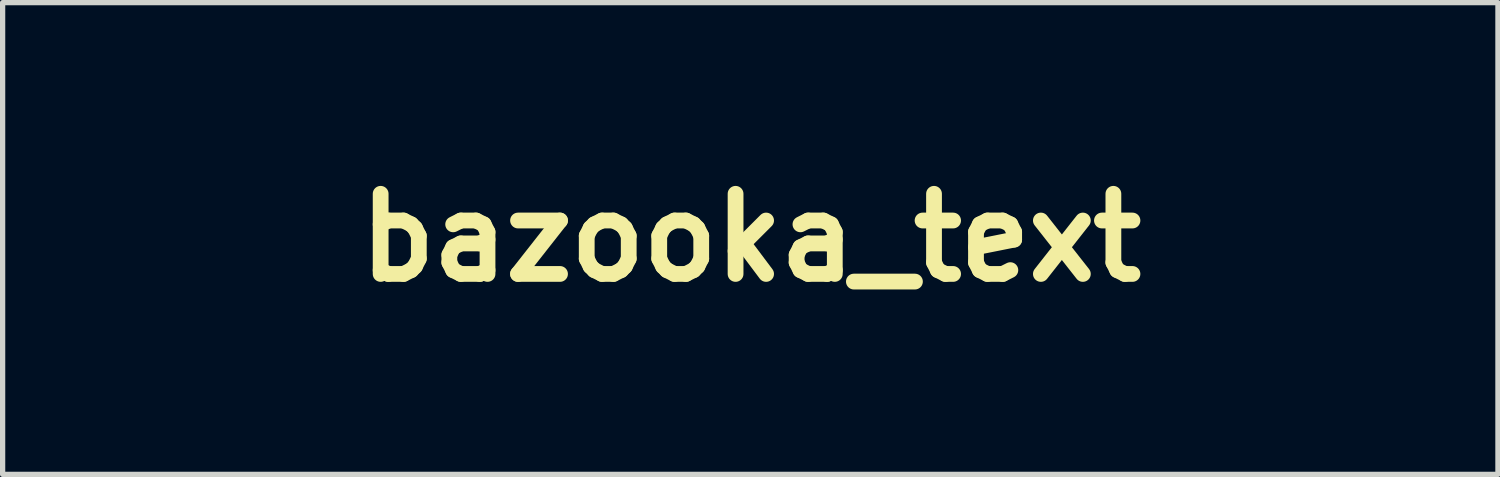
<source format=kicad_pcb>
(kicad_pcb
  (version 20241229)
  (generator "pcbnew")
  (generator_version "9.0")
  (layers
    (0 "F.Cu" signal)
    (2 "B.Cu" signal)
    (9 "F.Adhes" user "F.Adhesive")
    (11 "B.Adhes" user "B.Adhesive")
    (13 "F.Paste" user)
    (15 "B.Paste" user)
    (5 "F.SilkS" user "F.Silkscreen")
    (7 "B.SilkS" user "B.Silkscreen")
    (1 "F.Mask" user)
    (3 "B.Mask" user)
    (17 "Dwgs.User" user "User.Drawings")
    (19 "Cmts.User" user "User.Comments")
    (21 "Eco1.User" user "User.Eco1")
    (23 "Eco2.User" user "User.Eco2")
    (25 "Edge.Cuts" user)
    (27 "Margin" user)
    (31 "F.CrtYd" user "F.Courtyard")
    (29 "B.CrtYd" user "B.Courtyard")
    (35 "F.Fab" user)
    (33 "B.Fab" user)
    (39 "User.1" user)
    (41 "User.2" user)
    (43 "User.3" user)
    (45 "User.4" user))
  (footprint "bazooka_text"
    (layer "F.Cu")
    (at 11.228 1.47)
    (property "Reference" "bazooka_text" (at 0 0 0) (layer "F.SilkS") (effects (font (size 1.524 1.524) (thickness 0.3))))
    (attr through_hole)
    (fp_poly (pts (xy 2.719 -0.597) (xy 2.821 -0.586) (xy 3.198 -0.536) (xy 3.492 -0.477) (xy 3.638 -0.422) (xy 3.638 -0.422) (xy 3.692 -0.232) (xy 3.606 0.064) (xy 3.393 0.43) (xy 3.273 0.591) (xy 2.943 1.005) (xy 3.429 1.038) (xy 3.765 1.086) (xy 3.915 1.162) (xy 3.898 1.253) (xy 3.737 1.345) (xy 3.451 1.422) (xy 3.061 1.471) (xy 2.786 1.481) (xy 2.558 1.466) (xy 2.493 1.381) (xy 2.536 1.179) (xy 2.725 0.687) (xy 2.971 0.274) (xy 3.022 0.212) (xy 3.184 -0.025) (xy 3.169 -0.172) (xy 2.967 -0.245) (xy 2.701 -0.26) (xy 2.374 -0.278) (xy 2.203 -0.337) (xy 2.136 -0.457) (xy 2.135 -0.463) (xy 2.131 -0.566) (xy 2.198 -0.617) (xy 2.38 -0.625) (xy 2.719 -0.597)) (stroke (width 0.01) (type solid)) (fill yes) (layer "F.Mask"))
    (fp_poly (pts (xy -8.715 -0.947) (xy -8.626 -0.916) (xy -8.628 -0.861) (xy -8.665 -0.811) (xy -8.873 -0.681) (xy -9.118 -0.635) (xy -9.343 -0.6) (xy -9.468 -0.475) (xy -9.5 -0.229) (xy -9.446 0.167) (xy -9.381 0.463) (xy -9.295 0.851) (xy -9.232 1.165) (xy -9.206 1.343) (xy -9.206 1.349) (xy -9.276 1.467) (xy -9.428 1.46) (xy -9.586 1.341) (xy -9.624 1.283) (xy -9.704 1.055) (xy -9.776 0.728) (xy -9.792 0.622) (xy -9.857 0.127) (xy -9.91 -0.198) (xy -9.976 -0.39) (xy -10.078 -0.488) (xy -10.242 -0.531) (xy -10.491 -0.556) (xy -10.544 -0.561) (xy -10.958 -0.617) (xy -11.179 -0.682) (xy -11.223 -0.762) (xy -11.196 -0.798) (xy -11.074 -0.825) (xy -10.783 -0.857) (xy -10.366 -0.89) (xy -9.866 -0.919) (xy -9.829 -0.921) (xy -9.287 -0.947) (xy -8.925 -0.956) (xy -8.715 -0.947)) (stroke (width 0.01) (type solid)) (fill yes) (layer "F.Mask"))
    (fp_poly (pts (xy -5.279 -0.466) (xy -5.249 -0.434) (xy -5.145 -0.231) (xy -5.042 0.116) (xy -4.952 0.543) (xy -4.89 0.982) (xy -4.87 1.296) (xy -4.919 1.458) (xy -5.04 1.449) (xy -5.184 1.274) (xy -5.186 1.27) (xy -5.284 1.13) (xy -5.402 1.135) (xy -5.552 1.224) (xy -5.904 1.356) (xy -6.263 1.335) (xy -6.558 1.172) (xy -6.658 1.044) (xy -6.749 0.824) (xy -6.749 0.594) (xy -6.741 0.56) (xy -6.35 0.56) (xy -6.331 0.823) (xy -6.284 0.982) (xy -6.279 0.988) (xy -6.077 1.056) (xy -5.819 0.973) (xy -5.697 0.883) (xy -5.578 0.687) (xy -5.509 0.403) (xy -5.492 0.098) (xy -5.529 -0.161) (xy -5.622 -0.306) (xy -5.667 -0.318) (xy -5.914 -0.225) (xy -6.145 0.009) (xy -6.306 0.316) (xy -6.35 0.56) (xy -6.741 0.56) (xy -6.68 0.316) (xy -6.481 -0.122) (xy -6.207 -0.439) (xy -5.891 -0.614) (xy -5.57 -0.629) (xy -5.279 -0.466)) (stroke (width 0.01) (type solid)) (fill yes) (layer "F.Mask"))
    (fp_poly (pts (xy 1.6 -0.466) (xy 1.631 -0.434) (xy 1.734 -0.231) (xy 1.838 0.116) (xy 1.928 0.543) (xy 1.989 0.982) (xy 2.009 1.296) (xy 1.96 1.458) (xy 1.839 1.449) (xy 1.695 1.274) (xy 1.693 1.27) (xy 1.596 1.13) (xy 1.477 1.135) (xy 1.327 1.224) (xy 0.975 1.356) (xy 0.616 1.335) (xy 0.321 1.172) (xy 0.221 1.044) (xy 0.13 0.824) (xy 0.13 0.594) (xy 0.138 0.56) (xy 0.529 0.56) (xy 0.548 0.823) (xy 0.595 0.982) (xy 0.6 0.988) (xy 0.802 1.056) (xy 1.06 0.973) (xy 1.182 0.883) (xy 1.301 0.687) (xy 1.37 0.403) (xy 1.387 0.098) (xy 1.35 -0.161) (xy 1.257 -0.306) (xy 1.212 -0.318) (xy 0.965 -0.225) (xy 0.735 0.009) (xy 0.573 0.316) (xy 0.529 0.56) (xy 0.138 0.56) (xy 0.199 0.316) (xy 0.398 -0.122) (xy 0.673 -0.439) (xy 0.988 -0.614) (xy 1.309 -0.629) (xy 1.6 -0.466)) (stroke (width 0.01) (type solid)) (fill yes) (layer "F.Mask"))
    (fp_poly (pts (xy -7.382 -0.518) (xy -7.231 -0.264) (xy -7.197 -0.002) (xy -7.268 0.339) (xy -7.447 0.656) (xy -7.684 0.871) (xy -7.78 0.909) (xy -7.979 0.988) (xy -7.997 1.063) (xy -7.866 1.118) (xy -7.616 1.136) (xy -7.386 1.118) (xy -7.076 1.085) (xy -6.927 1.102) (xy -6.89 1.18) (xy -6.898 1.239) (xy -6.972 1.361) (xy -7.168 1.43) (xy -7.466 1.46) (xy -7.815 1.462) (xy -8.038 1.4) (xy -8.216 1.253) (xy -8.22 1.248) (xy -8.476 0.856) (xy -8.544 0.416) (xy -8.535 0.341) (xy -8.149 0.341) (xy -8.076 0.493) (xy -7.908 0.524) (xy -7.719 0.438) (xy -7.618 0.314) (xy -7.558 0.085) (xy -7.581 -0.148) (xy -7.671 -0.299) (xy -7.727 -0.318) (xy -7.865 -0.231) (xy -8.016 -0.027) (xy -8.125 0.211) (xy -8.149 0.341) (xy -8.535 0.341) (xy -8.515 0.173) (xy -8.376 -0.209) (xy -8.152 -0.474) (xy -7.884 -0.618) (xy -7.613 -0.634) (xy -7.382 -0.518)) (stroke (width 0.01) (type solid)) (fill yes) (layer "F.Mask"))
    (fp_poly (pts (xy -4.533 0.038) (xy -4.423 0.286) (xy -4.395 0.377) (xy -4.276 0.794) (xy -4.154 0.45) (xy -3.977 0.185) (xy -3.731 0.097) (xy -3.473 0.196) (xy -3.343 0.336) (xy -3.182 0.566) (xy -2.959 0.283) (xy -2.694 0.052) (xy -2.435 0.027) (xy -2.2 0.208) (xy -2.162 0.261) (xy -2.028 0.548) (xy -1.946 0.88) (xy -1.925 1.186) (xy -1.976 1.393) (xy -2.011 1.429) (xy -2.164 1.429) (xy -2.289 1.221) (xy -2.385 0.822) (xy -2.475 0.534) (xy -2.601 0.445) (xy -2.74 0.546) (xy -2.872 0.834) (xy -2.913 0.98) (xy -3.031 1.224) (xy -3.19 1.279) (xy -3.354 1.154) (xy -3.489 0.858) (xy -3.496 0.833) (xy -3.6 0.562) (xy -3.703 0.498) (xy -3.797 0.637) (xy -3.875 0.974) (xy -3.885 1.046) (xy -3.975 1.37) (xy -4.12 1.495) (xy -4.299 1.423) (xy -4.494 1.154) (xy -4.554 1.032) (xy -4.676 0.694) (xy -4.745 0.364) (xy -4.757 0.094) (xy -4.709 -0.065) (xy -4.638 -0.082) (xy -4.533 0.038)) (stroke (width 0.01) (type solid)) (fill yes) (layer "F.Mask"))
    (fp_poly (pts (xy -1.032 -1.462) (xy -0.73 -1.339) (xy -0.498 -1.098) (xy -0.479 -1.063) (xy -0.376 -0.746) (xy -0.421 -0.482) (xy -0.47 -0.272) (xy -0.423 -0.212) (xy -0.299 -0.132) (xy -0.149 0.054) (xy -0.038 0.28) (xy -0.056 0.5) (xy -0.108 0.639) (xy -0.312 0.968) (xy -0.596 1.23) (xy -0.892 1.367) (xy -0.973 1.376) (xy -1.163 1.278) (xy -1.349 0.979) (xy -1.373 0.926) (xy -1.526 0.502) (xy -1.573 0.323) (xy -1.142 0.323) (xy -1.125 0.59) (xy -1.055 0.748) (xy -0.909 0.926) (xy -0.754 0.904) (xy -0.588 0.717) (xy -0.446 0.433) (xy -0.444 0.216) (xy -0.577 0.11) (xy -0.626 0.106) (xy -0.975 0.161) (xy -1.142 0.323) (xy -1.573 0.323) (xy -1.653 0.015) (xy -1.697 -0.227) (xy -1.368 -0.227) (xy -1.349 -0.075) (xy -1.279 -0.052) (xy -1.172 -0.101) (xy -0.946 -0.29) (xy -0.838 -0.439) (xy -0.782 -0.693) (xy -0.84 -0.942) (xy -0.982 -1.113) (xy -1.139 -1.144) (xy -1.255 -1.07) (xy -1.323 -0.873) (xy -1.355 -0.548) (xy -1.368 -0.227) (xy -1.697 -0.227) (xy -1.741 -0.466) (xy -1.776 -0.874) (xy -1.757 -1.105) (xy -1.606 -1.347) (xy -1.344 -1.465) (xy -1.032 -1.462)) (stroke (width 0.01) (type solid)) (fill yes) (layer "F.Mask"))
    (fp_poly (pts (xy 7.096 -0.012) (xy 7.299 0.224) (xy 7.381 0.535) (xy 7.363 0.696) (xy 7.175 1.071) (xy 6.859 1.341) (xy 6.475 1.461) (xy 6.355 1.46) (xy 6.078 1.4) (xy 5.896 1.237) (xy 5.795 1.058) (xy 5.681 0.86) (xy 5.654 0.836) (xy 6.138 0.836) (xy 6.201 1.083) (xy 6.379 1.159) (xy 6.655 1.061) (xy 6.75 0.999) (xy 6.892 0.827) (xy 6.975 0.592) (xy 6.99 0.368) (xy 6.924 0.228) (xy 6.869 0.212) (xy 6.664 0.282) (xy 6.424 0.452) (xy 6.224 0.657) (xy 6.138 0.833) (xy 6.138 0.836) (xy 5.654 0.836) (xy 5.615 0.803) (xy 5.609 0.825) (xy 5.537 0.984) (xy 5.361 1.192) (xy 5.329 1.222) (xy 4.995 1.428) (xy 4.642 1.483) (xy 4.331 1.386) (xy 4.186 1.246) (xy 4.062 1.02) (xy 4.022 0.871) (xy 4.031 0.836) (xy 4.445 0.836) (xy 4.508 1.083) (xy 4.686 1.159) (xy 4.961 1.061) (xy 5.056 0.999) (xy 5.198 0.827) (xy 5.282 0.592) (xy 5.296 0.368) (xy 5.231 0.228) (xy 5.176 0.212) (xy 4.971 0.282) (xy 4.731 0.452) (xy 4.531 0.657) (xy 4.445 0.833) (xy 4.445 0.836) (xy 4.031 0.836) (xy 4.107 0.562) (xy 4.319 0.251) (xy 4.594 0.029) (xy 4.642 0.006) (xy 5.054 -0.095) (xy 5.372 -0.01) (xy 5.608 0.265) (xy 5.626 0.299) (xy 5.744 0.516) (xy 5.811 0.56) (xy 5.865 0.449) (xy 5.872 0.43) (xy 6.037 0.203) (xy 6.335 0.013) (xy 6.686 -0.096) (xy 6.819 -0.106) (xy 7.096 -0.012)) (stroke (width 0.01) (type solid)) (fill yes) (layer "F.Mask"))
    (fp_poly (pts (xy 7.776 -1.206) (xy 7.823 -0.992) (xy 7.832 -0.741) (xy 7.843 -0.439) (xy 7.873 -0.247) (xy 7.896 -0.212) (xy 8.01 -0.274) (xy 8.215 -0.427) (xy 8.274 -0.476) (xy 8.542 -0.661) (xy 8.76 -0.739) (xy 8.88 -0.698) (xy 8.89 -0.65) (xy 8.823 -0.527) (xy 8.651 -0.312) (xy 8.513 -0.159) (xy 8.316 0.079) (xy 8.218 0.258) (xy 8.222 0.318) (xy 8.367 0.395) (xy 8.637 0.502) (xy 8.797 0.557) (xy 9.286 0.719) (xy 9.334 0.56) (xy 9.737 0.56) (xy 9.756 0.823) (xy 9.802 0.982) (xy 9.807 0.988) (xy 10.009 1.056) (xy 10.268 0.973) (xy 10.39 0.883) (xy 10.509 0.687) (xy 10.578 0.403) (xy 10.594 0.098) (xy 10.557 -0.161) (xy 10.465 -0.306) (xy 10.42 -0.318) (xy 10.173 -0.225) (xy 9.942 0.009) (xy 9.781 0.316) (xy 9.737 0.56) (xy 9.334 0.56) (xy 9.414 0.294) (xy 9.611 -0.137) (xy 9.887 -0.446) (xy 10.205 -0.615) (xy 10.527 -0.625) (xy 10.817 -0.456) (xy 10.84 -0.432) (xy 10.933 -0.248) (xy 11.026 0.067) (xy 11.109 0.452) (xy 11.172 0.845) (xy 11.203 1.185) (xy 11.191 1.411) (xy 11.169 1.46) (xy 11.062 1.44) (xy 10.92 1.301) (xy 10.773 1.146) (xy 10.641 1.153) (xy 10.537 1.223) (xy 10.231 1.354) (xy 9.889 1.366) (xy 9.598 1.262) (xy 9.493 1.162) (xy 9.324 1.019) (xy 9.191 1.006) (xy 9.004 1.008) (xy 8.713 0.945) (xy 8.586 0.904) (xy 8.133 0.745) (xy 8.2 1.05) (xy 8.216 1.324) (xy 8.137 1.425) (xy 8.004 1.342) (xy 7.89 1.139) (xy 7.804 0.877) (xy 7.711 0.501) (xy 7.62 0.066) (xy 7.541 -0.374) (xy 7.484 -0.765) (xy 7.458 -1.053) (xy 7.47 -1.179) (xy 7.614 -1.262) (xy 7.679 -1.27) (xy 7.776 -1.206)) (stroke (width 0.01) (type solid)) (fill yes) (layer "F.Mask")))
  (gr_rect
    (start -3 -3)
    (end 25.435 5.971)
    (stroke (width 0.1) (type default))
    (fill no)
    (layer "Edge.Cuts")))
</source>
